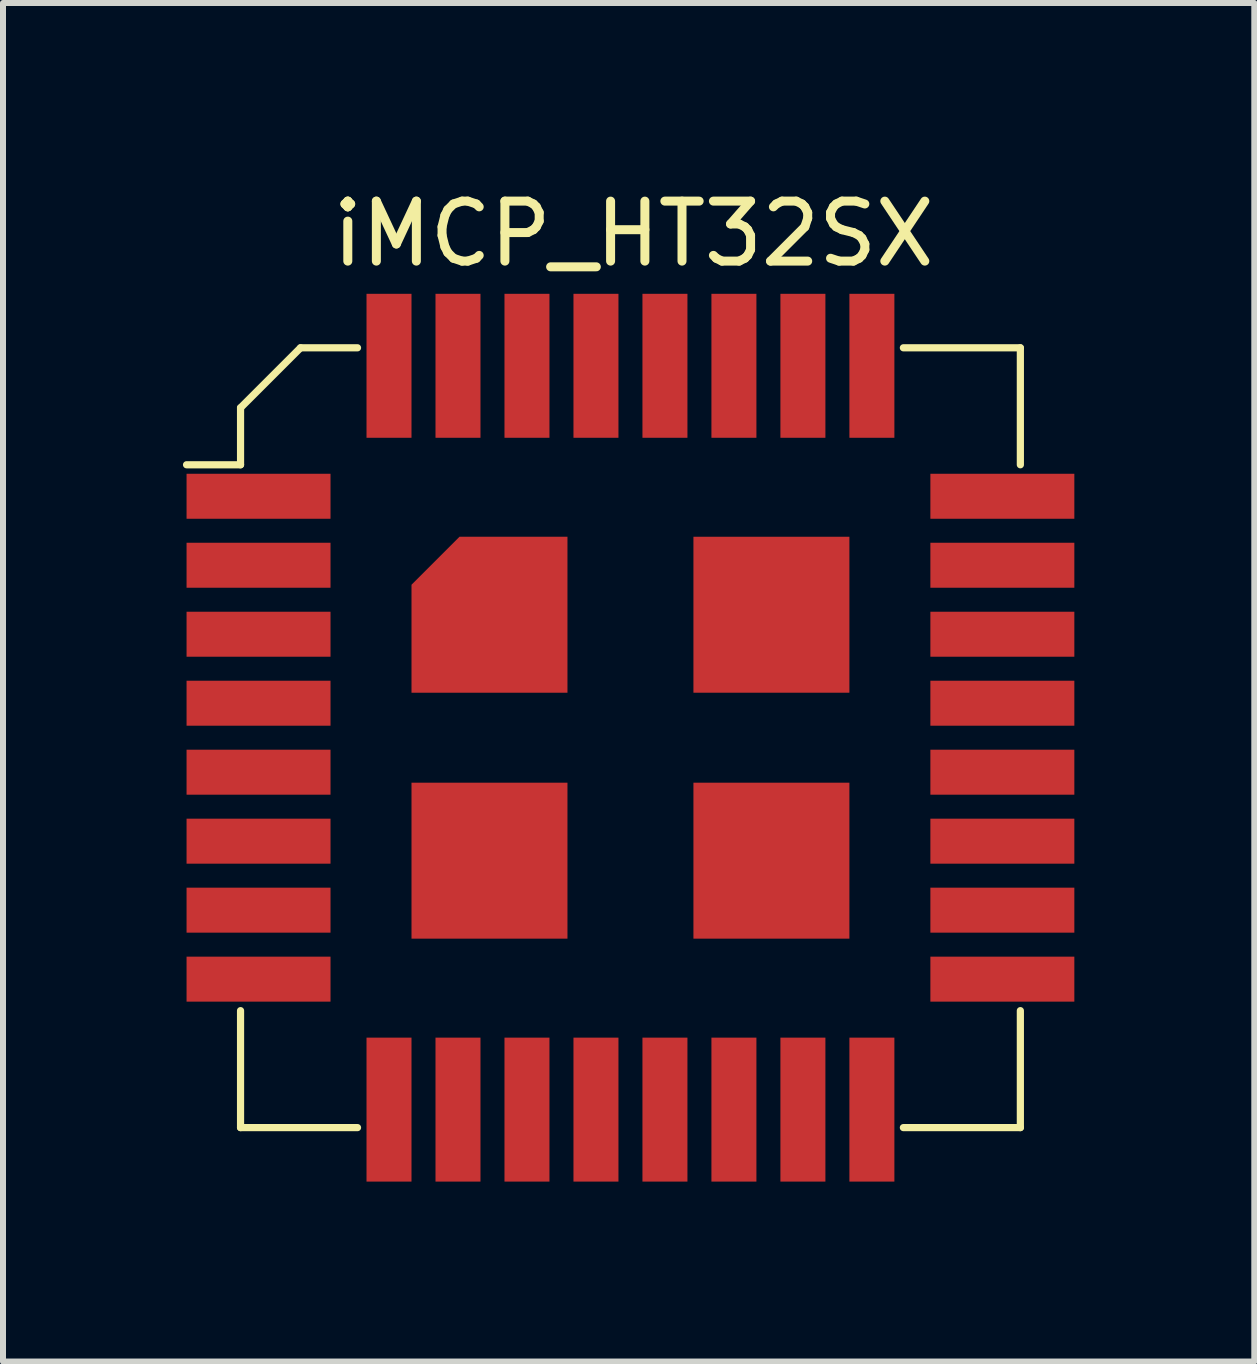
<source format=kicad_pcb>
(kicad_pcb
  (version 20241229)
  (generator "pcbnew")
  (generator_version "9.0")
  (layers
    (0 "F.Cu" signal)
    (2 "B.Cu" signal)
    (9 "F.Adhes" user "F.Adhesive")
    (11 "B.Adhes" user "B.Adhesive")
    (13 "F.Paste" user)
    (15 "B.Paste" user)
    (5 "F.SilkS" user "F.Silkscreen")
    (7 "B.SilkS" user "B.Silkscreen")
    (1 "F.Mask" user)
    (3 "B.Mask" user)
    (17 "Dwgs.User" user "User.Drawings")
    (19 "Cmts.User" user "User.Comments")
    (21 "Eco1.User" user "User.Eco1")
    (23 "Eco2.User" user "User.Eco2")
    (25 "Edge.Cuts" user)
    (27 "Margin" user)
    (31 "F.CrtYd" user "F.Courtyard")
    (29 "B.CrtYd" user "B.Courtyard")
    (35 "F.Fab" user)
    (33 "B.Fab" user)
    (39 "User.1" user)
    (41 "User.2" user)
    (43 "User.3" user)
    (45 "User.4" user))
  (footprint "iMCP_HT32SX"
    (layer "F.Cu")
    (at 7.46 9.248)
    (property "Reference" "iMCP_HT32SX" (at 0.05 -8.4 0) (layer "F.SilkS") (effects (font (size 1 1) (thickness 0.15))))
    (attr smd)
    (fp_line (start -7.4 -4.55) (end -6.5 -4.55) (stroke (width 0.12) (type solid)) (layer "F.SilkS"))
    (fp_line (start -6.5 -5.5) (end -6.5 -4.55) (stroke (width 0.12) (type solid)) (layer "F.SilkS"))
    (fp_line (start -6.5 -5.5) (end -5.5 -6.5) (stroke (width 0.12) (type solid)) (layer "F.SilkS"))
    (fp_line (start -6.5 4.55) (end -6.5 6.5) (stroke (width 0.12) (type solid)) (layer "F.SilkS"))
    (fp_line (start -4.55 -6.5) (end -5.5 -6.5) (stroke (width 0.12) (type solid)) (layer "F.SilkS"))
    (fp_line (start -4.55 6.5) (end -6.5 6.5) (stroke (width 0.12) (type solid)) (layer "F.SilkS"))
    (fp_line (start 4.55 -6.5) (end 6.5 -6.5) (stroke (width 0.12) (type solid)) (layer "F.SilkS"))
    (fp_line (start 6.5 -4.55) (end 6.5 -6.5) (stroke (width 0.12) (type solid)) (layer "F.SilkS"))
    (fp_line (start 6.5 6.5) (end 4.55 6.5) (stroke (width 0.12) (type solid)) (layer "F.SilkS"))
    (fp_line (start 6.5 6.5) (end 6.5 4.55) (stroke (width 0.12) (type solid)) (layer "F.SilkS"))
    (pad "1" smd rect (at -6.2 -4.025) (size 2.4 0.75) (layers "F.Cu" "F.Mask" "F.Paste"))
    (pad "2" smd rect (at -6.2 -2.875) (size 2.4 0.75) (layers "F.Cu" "F.Mask" "F.Paste"))
    (pad "3" smd rect (at -6.2 -1.725) (size 2.4 0.75) (layers "F.Cu" "F.Mask" "F.Paste"))
    (pad "4" smd rect (at -6.2 -0.575) (size 2.4 0.75) (layers "F.Cu" "F.Mask" "F.Paste"))
    (pad "5" smd rect (at -6.2 0.575) (size 2.4 0.75) (layers "F.Cu" "F.Mask" "F.Paste"))
    (pad "6" smd rect (at -6.2 1.725) (size 2.4 0.75) (layers "F.Cu" "F.Mask" "F.Paste"))
    (pad "7" smd rect (at -6.2 2.875) (size 2.4 0.75) (layers "F.Cu" "F.Mask" "F.Paste"))
    (pad "8" smd rect (at -6.2 4.025) (size 2.4 0.75) (layers "F.Cu" "F.Mask" "F.Paste"))
    (pad "9" smd rect (at -4.025 6.2) (size 0.75 2.4) (layers "F.Cu" "F.Mask" "F.Paste"))
    (pad "10" smd rect (at -2.875 6.2) (size 0.75 2.4) (layers "F.Cu" "F.Mask" "F.Paste"))
    (pad "11" smd rect (at -1.725 6.2) (size 0.75 2.4) (layers "F.Cu" "F.Mask" "F.Paste"))
    (pad "12" smd rect (at -0.575 6.2) (size 0.75 2.4) (layers "F.Cu" "F.Mask" "F.Paste"))
    (pad "13" smd rect (at 0.575 6.2) (size 0.75 2.4) (layers "F.Cu" "F.Mask" "F.Paste"))
    (pad "14" smd rect (at 1.725 6.2) (size 0.75 2.4) (layers "F.Cu" "F.Mask" "F.Paste"))
    (pad "15" smd rect (at 2.875 6.2) (size 0.75 2.4) (layers "F.Cu" "F.Mask" "F.Paste"))
    (pad "16" smd rect (at 4.025 6.2) (size 0.75 2.4) (layers "F.Cu" "F.Mask" "F.Paste"))
    (pad "17" smd rect (at 6.2 4.025) (size 2.4 0.75) (layers "F.Cu" "F.Mask" "F.Paste"))
    (pad "18" smd rect (at 6.2 2.875) (size 2.4 0.75) (layers "F.Cu" "F.Mask" "F.Paste"))
    (pad "19" smd rect (at 6.2 1.725) (size 2.4 0.75) (layers "F.Cu" "F.Mask" "F.Paste"))
    (pad "20" smd rect (at 6.2 0.575) (size 2.4 0.75) (layers "F.Cu" "F.Mask" "F.Paste"))
    (pad "21" smd rect (at 6.2 -0.575) (size 2.4 0.75) (layers "F.Cu" "F.Mask" "F.Paste"))
    (pad "22" smd rect (at 6.2 -1.725) (size 2.4 0.75) (layers "F.Cu" "F.Mask" "F.Paste"))
    (pad "23" smd rect (at 6.2 -2.875) (size 2.4 0.75) (layers "F.Cu" "F.Mask" "F.Paste"))
    (pad "24" smd rect (at 6.2 -4.025) (size 2.4 0.75) (layers "F.Cu" "F.Mask" "F.Paste"))
    (pad "25" smd rect (at 4.025 -6.2) (size 0.75 2.4) (layers "F.Cu" "F.Mask" "F.Paste"))
    (pad "26" smd rect (at 2.875 -6.2) (size 0.75 2.4) (layers "F.Cu" "F.Mask" "F.Paste"))
    (pad "27" smd rect (at 1.725 -6.2) (size 0.75 2.4) (layers "F.Cu" "F.Mask" "F.Paste"))
    (pad "28" smd rect (at 0.575 -6.2) (size 0.75 2.4) (layers "F.Cu" "F.Mask" "F.Paste"))
    (pad "29" smd rect (at -0.575 -6.2) (size 0.75 2.4) (layers "F.Cu" "F.Mask" "F.Paste"))
    (pad "30" smd rect (at -1.725 -6.2) (size 0.75 2.4) (layers "F.Cu" "F.Mask" "F.Paste"))
    (pad "31" smd rect (at -2.875 -6.2) (size 0.75 2.4) (layers "F.Cu" "F.Mask" "F.Paste"))
    (pad "32" smd rect (at -4.025 -6.2) (size 0.75 2.4) (layers "F.Cu" "F.Mask" "F.Paste"))
    (pad "33" smd custom (at -2.35 -2.05) (size 1 1) (layers "F.Cu" "F.Mask" "F.Paste") (options (anchor rect)) (primitives (gr_poly (pts (xy 1.3 1.3) (xy -1.3 1.3) (xy -1.3 -0.5) (xy -0.5 -1.3) (xy 1.3 -1.3)) (width 0) (fill yes))))
    (pad "33" smd rect (at -2.35 2.05) (size 2.6 2.6) (layers "F.Cu" "F.Mask" "F.Paste"))
    (pad "33" smd rect (at 2.35 -2.05) (size 2.6 2.6) (layers "F.Cu" "F.Mask" "F.Paste"))
    (pad "33" smd rect (at 2.35 2.05) (size 2.6 2.6) (layers "F.Cu" "F.Mask" "F.Paste")))
  (gr_rect
    (start -3 -3)
    (end 17.86 19.648)
    (stroke (width 0.1) (type default))
    (fill no)
    (layer "Edge.Cuts")))
</source>
